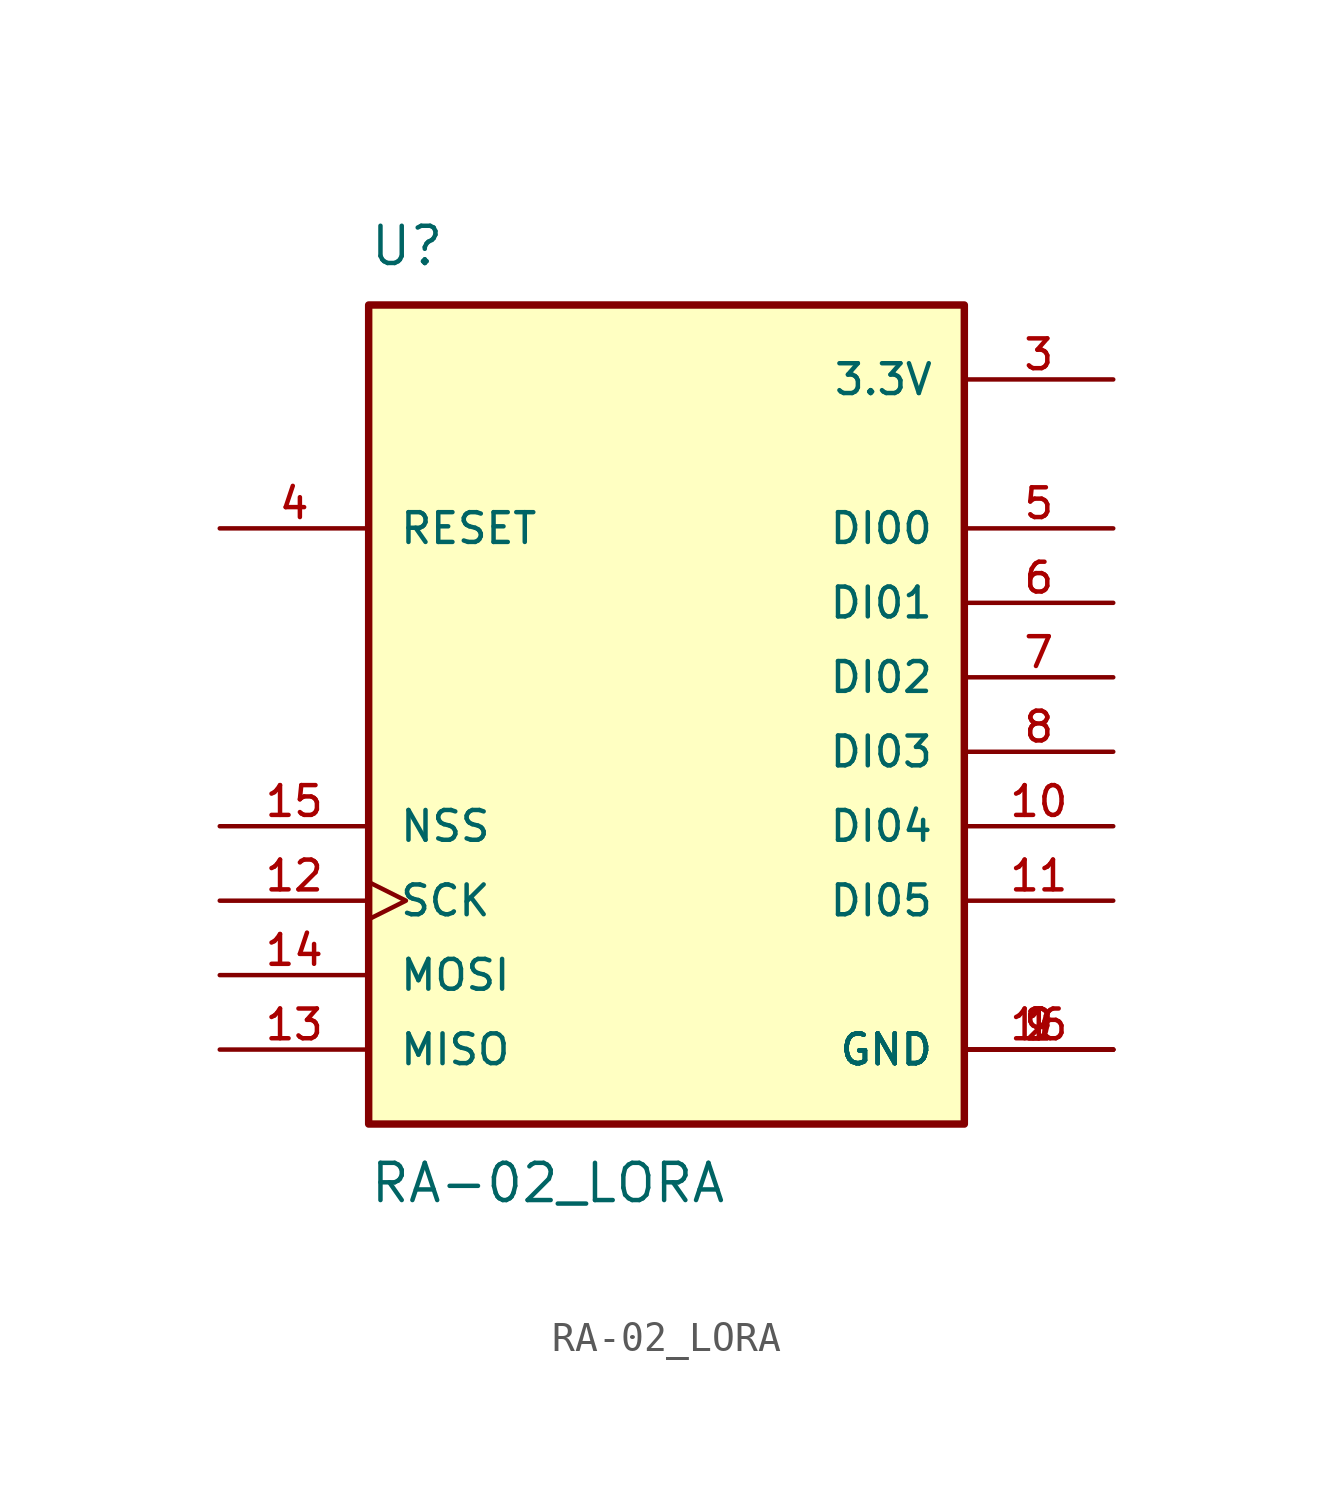
<source format=kicad_sym>
(kicad_symbol_lib
  (version 20241209)
  (generator "kicad_symbol_editor")
  (generator_version "9.0")
  (symbol "RA-02_LORA"
    (pin_names
      (offset 1.016))
    (property "Reference" "U"
      (at -10.16 16.51 0)
      (effects (font (size 1.27 1.27)) (justify left bottom)))
    (property "Value" "RA-02_LORA"
      (at -10.16 -13.97 0)
      (effects (font (size 1.27 1.27)) (justify left top)))
    (symbol "RA-02_LORA_0_0"
      (rectangle (start -10.16 -12.7) (end 10.16 15.24) (stroke (width 0.254) (type default)) (fill (type background)))
      (pin input line (at -15.24 7.62 0) (length 5.08) (name "RESET" (effects (font (size 1.016 1.016)))) (number "4" (effects (font (size 1.016 1.016)))))
      (pin input line (at -15.24 -2.54 0) (length 5.08) (name "NSS" (effects (font (size 1.016 1.016)))) (number "15" (effects (font (size 1.016 1.016)))))
      (pin input clock (at -15.24 -5.08 0) (length 5.08) (name "SCK" (effects (font (size 1.016 1.016)))) (number "12" (effects (font (size 1.016 1.016)))))
      (pin input line (at -15.24 -7.62 0) (length 5.08) (name "MOSI" (effects (font (size 1.016 1.016)))) (number "14" (effects (font (size 1.016 1.016)))))
      (pin output line (at -15.24 -10.16 0) (length 5.08) (name "MISO" (effects (font (size 1.016 1.016)))) (number "13" (effects (font (size 1.016 1.016)))))
      (pin power_in line (at 15.24 12.7 180) (length 5.08) (name "3.3V" (effects (font (size 1.016 1.016)))) (number "3" (effects (font (size 1.016 1.016)))))
      (pin bidirectional line (at 15.24 7.62 180) (length 5.08) (name "DI00" (effects (font (size 1.016 1.016)))) (number "5" (effects (font (size 1.016 1.016)))))
      (pin bidirectional line (at 15.24 5.08 180) (length 5.08) (name "DI01" (effects (font (size 1.016 1.016)))) (number "6" (effects (font (size 1.016 1.016)))))
      (pin bidirectional line (at 15.24 2.54 180) (length 5.08) (name "DI02" (effects (font (size 1.016 1.016)))) (number "7" (effects (font (size 1.016 1.016)))))
      (pin bidirectional line (at 15.24 0 180) (length 5.08) (name "DI03" (effects (font (size 1.016 1.016)))) (number "8" (effects (font (size 1.016 1.016)))))
      (pin bidirectional line (at 15.24 -2.54 180) (length 5.08) (name "DI04" (effects (font (size 1.016 1.016)))) (number "10" (effects (font (size 1.016 1.016)))))
      (pin bidirectional line (at 15.24 -5.08 180) (length 5.08) (name "DI05" (effects (font (size 1.016 1.016)))) (number "11" (effects (font (size 1.016 1.016)))))
      (pin power_in line (at 15.24 -10.16 180) (length 5.08) (name "GND" (effects (font (size 1.016 1.016)))) (number "1" (effects (font (size 1.016 1.016)))))
      (pin power_in line (at 15.24 -10.16 180) (length 5.08) (name "GND" (effects (font (size 1.016 1.016)))) (number "16" (effects (font (size 1.016 1.016)))))
      (pin power_in line (at 15.24 -10.16 180) (length 5.08) (name "GND" (effects (font (size 1.016 1.016)))) (number "2" (effects (font (size 1.016 1.016)))))
      (pin power_in line (at 15.24 -10.16 180) (length 5.08) (name "GND" (effects (font (size 1.016 1.016)))) (number "9" (effects (font (size 1.016 1.016))))))))
</source>
